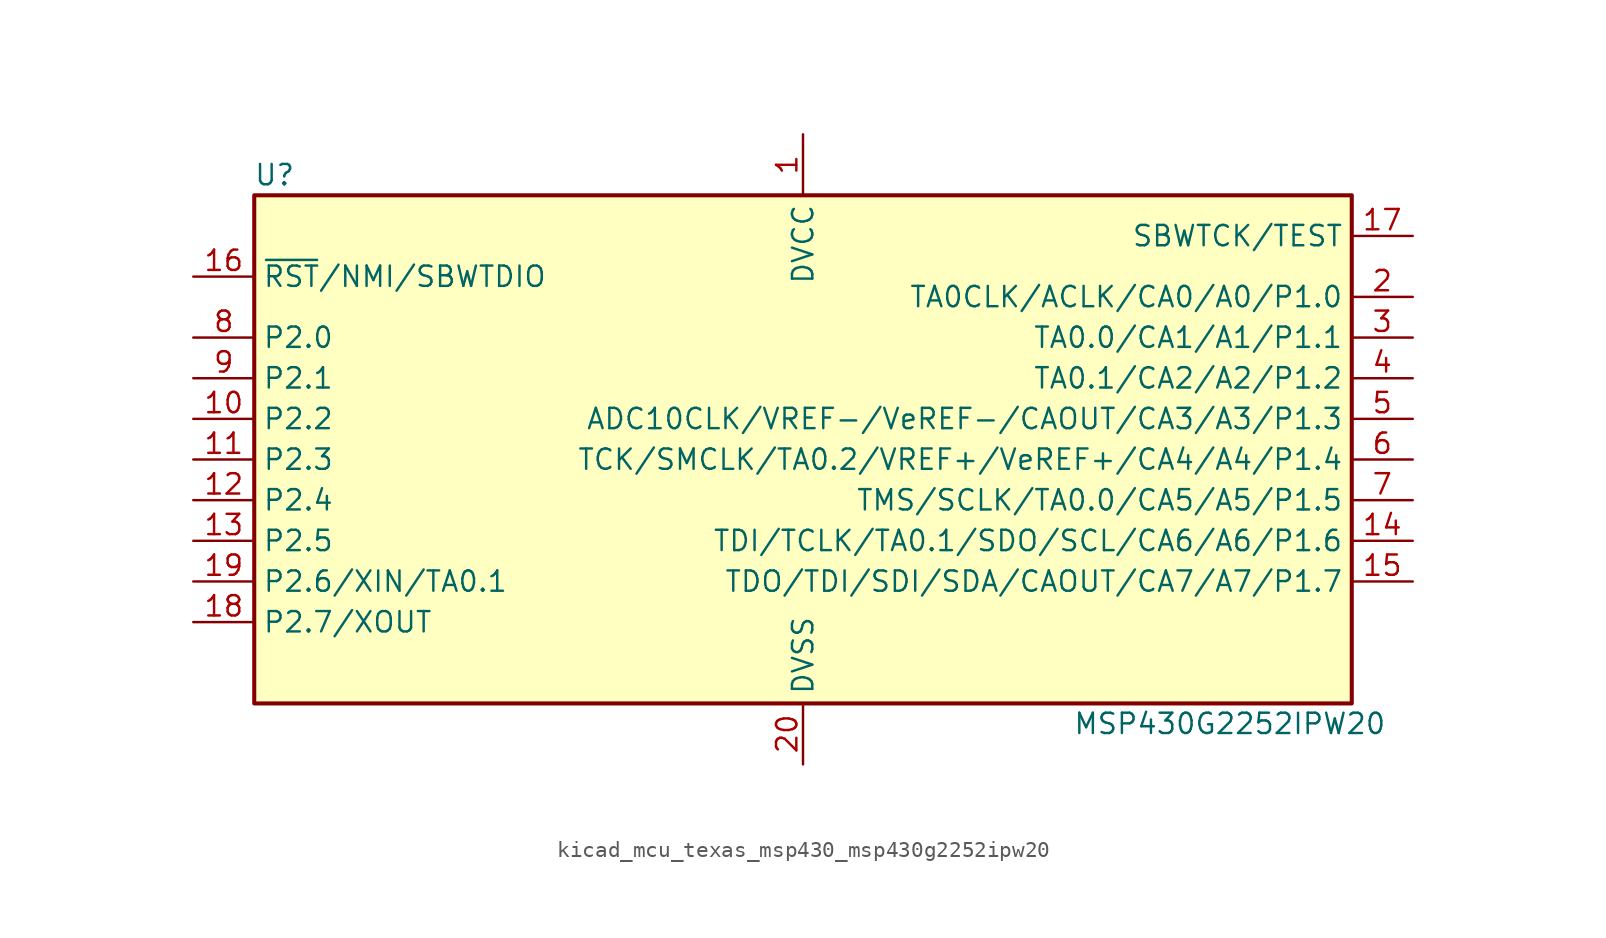
<source format=kicad_sym>
(kicad_symbol_lib
  (version 20220914)
  (generator kicad_symbol_editor)
  (symbol "kicad_mcu_texas_msp430_msp430g2252ipw20"
    (property "Reference" "U"
      (at -33.02 17.78 0)
      (effects (font (size 1.27 1.27))))
    (property "Value" "MSP430G2252IPW20"
      (at 26.67 -16.51 0)
      (effects (font (size 1.27 1.27))))
    (symbol "kicad_mcu_texas_msp430_msp430g2252ipw20_0_1"
      (rectangle (start -34.29 16.51) (end 34.29 -15.24) (stroke (width 0.254) (type default)) (fill (type background))))
    (symbol "kicad_mcu_texas_msp430_msp430g2252ipw20_1_1"
      (pin power_in line (at 0 20.32 270) (length 3.81) (name "DVCC" (effects (font (size 1.27 1.27)))) (number "1" (effects (font (size 1.27 1.27)))))
      (pin bidirectional line (at -38.1 2.54 0) (length 3.81) (name "P2.2" (effects (font (size 1.27 1.27)))) (number "10" (effects (font (size 1.27 1.27)))))
      (pin bidirectional line (at -38.1 0 0) (length 3.81) (name "P2.3" (effects (font (size 1.27 1.27)))) (number "11" (effects (font (size 1.27 1.27)))))
      (pin bidirectional line (at -38.1 -2.54 0) (length 3.81) (name "P2.4" (effects (font (size 1.27 1.27)))) (number "12" (effects (font (size 1.27 1.27)))))
      (pin bidirectional line (at -38.1 -5.08 0) (length 3.81) (name "P2.5" (effects (font (size 1.27 1.27)))) (number "13" (effects (font (size 1.27 1.27)))))
      (pin bidirectional line (at 38.1 -5.08 180) (length 3.81) (name "TDI/TCLK/TA0.1/SDO/SCL/CA6/A6/P1.6" (effects (font (size 1.27 1.27)))) (number "14" (effects (font (size 1.27 1.27)))))
      (pin bidirectional line (at 38.1 -7.62 180) (length 3.81) (name "TDO/TDI/SDI/SDA/CAOUT/CA7/A7/P1.7" (effects (font (size 1.27 1.27)))) (number "15" (effects (font (size 1.27 1.27)))))
      (pin input line (at -38.1 11.43 0) (length 3.81) (name "~{RST}/NMI/SBWTDIO" (effects (font (size 1.27 1.27)))) (number "16" (effects (font (size 1.27 1.27)))))
      (pin input line (at 38.1 13.97 180) (length 3.81) (name "SBWTCK/TEST" (effects (font (size 1.27 1.27)))) (number "17" (effects (font (size 1.27 1.27)))))
      (pin bidirectional line (at -38.1 -10.16 0) (length 3.81) (name "P2.7/XOUT" (effects (font (size 1.27 1.27)))) (number "18" (effects (font (size 1.27 1.27)))))
      (pin bidirectional line (at -38.1 -7.62 0) (length 3.81) (name "P2.6/XIN/TA0.1" (effects (font (size 1.27 1.27)))) (number "19" (effects (font (size 1.27 1.27)))))
      (pin bidirectional line (at 38.1 10.16 180) (length 3.81) (name "TA0CLK/ACLK/CA0/A0/P1.0" (effects (font (size 1.27 1.27)))) (number "2" (effects (font (size 1.27 1.27)))))
      (pin power_in line (at 0 -19.05 90) (length 3.81) (name "DVSS" (effects (font (size 1.27 1.27)))) (number "20" (effects (font (size 1.27 1.27)))))
      (pin bidirectional line (at 38.1 7.62 180) (length 3.81) (name "TA0.0/CA1/A1/P1.1" (effects (font (size 1.27 1.27)))) (number "3" (effects (font (size 1.27 1.27)))))
      (pin bidirectional line (at 38.1 5.08 180) (length 3.81) (name "TA0.1/CA2/A2/P1.2" (effects (font (size 1.27 1.27)))) (number "4" (effects (font (size 1.27 1.27)))))
      (pin bidirectional line (at 38.1 2.54 180) (length 3.81) (name "ADC10CLK/VREF-/VeREF-/CAOUT/CA3/A3/P1.3" (effects (font (size 1.27 1.27)))) (number "5" (effects (font (size 1.27 1.27)))))
      (pin bidirectional line (at 38.1 0 180) (length 3.81) (name "TCK/SMCLK/TA0.2/VREF+/VeREF+/CA4/A4/P1.4" (effects (font (size 1.27 1.27)))) (number "6" (effects (font (size 1.27 1.27)))))
      (pin bidirectional line (at 38.1 -2.54 180) (length 3.81) (name "TMS/SCLK/TA0.0/CA5/A5/P1.5" (effects (font (size 1.27 1.27)))) (number "7" (effects (font (size 1.27 1.27)))))
      (pin bidirectional line (at -38.1 7.62 0) (length 3.81) (name "P2.0" (effects (font (size 1.27 1.27)))) (number "8" (effects (font (size 1.27 1.27)))))
      (pin bidirectional line (at -38.1 5.08 0) (length 3.81) (name "P2.1" (effects (font (size 1.27 1.27)))) (number "9" (effects (font (size 1.27 1.27))))))))
</source>
